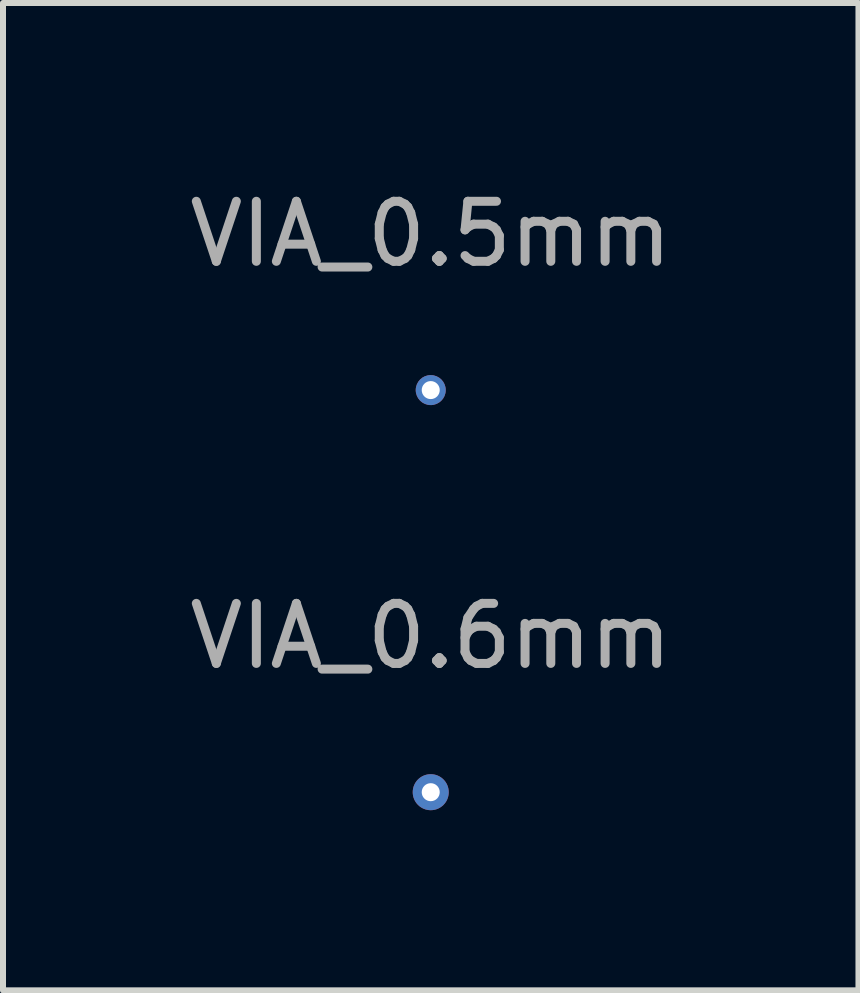
<source format=kicad_pcb>
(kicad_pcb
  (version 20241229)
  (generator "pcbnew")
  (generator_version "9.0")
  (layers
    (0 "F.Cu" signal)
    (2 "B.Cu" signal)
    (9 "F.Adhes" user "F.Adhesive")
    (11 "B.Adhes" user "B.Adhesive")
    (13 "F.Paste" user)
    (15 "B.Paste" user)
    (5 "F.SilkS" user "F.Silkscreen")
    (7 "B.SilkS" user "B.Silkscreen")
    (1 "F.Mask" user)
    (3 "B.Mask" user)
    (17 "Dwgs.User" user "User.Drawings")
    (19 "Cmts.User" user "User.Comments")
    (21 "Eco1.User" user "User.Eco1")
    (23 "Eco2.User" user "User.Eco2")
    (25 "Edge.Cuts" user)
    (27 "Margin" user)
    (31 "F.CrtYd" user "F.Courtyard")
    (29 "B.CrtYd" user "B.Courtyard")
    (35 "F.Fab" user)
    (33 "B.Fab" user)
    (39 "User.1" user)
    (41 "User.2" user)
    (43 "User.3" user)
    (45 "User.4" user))
  (footprint "VIA_0.5mm"
    (layer "F.Cu")
    (at 4.125 3.448)
    (property "Reference" "VIA_0.5mm" (at 0 -2.6 0) (layer "F.Fab") (effects (font (size 1 1) (thickness 0.15))))
    (attr through_hole)
    (pad "1" thru_hole circle (at 0 0) (size 0.5 0.5) (drill 0.3) (layers "*.Cu")))
  (footprint "VIA_0.6mm"
    (layer "F.Cu")
    (at 4.125 10.146)
    (property "Reference" "VIA_0.6mm" (at 0 -2.6 0) (layer "F.Fab") (effects (font (size 1 1) (thickness 0.15))))
    (attr through_hole)
    (pad "1" thru_hole circle (at 0 0) (size 0.6 0.6) (drill 0.3) (layers "*.Cu")))
  (gr_rect
    (start -3 -3)
    (end 11.25 13.447)
    (stroke (width 0.1) (type default))
    (fill no)
    (layer "Edge.Cuts")))
</source>
